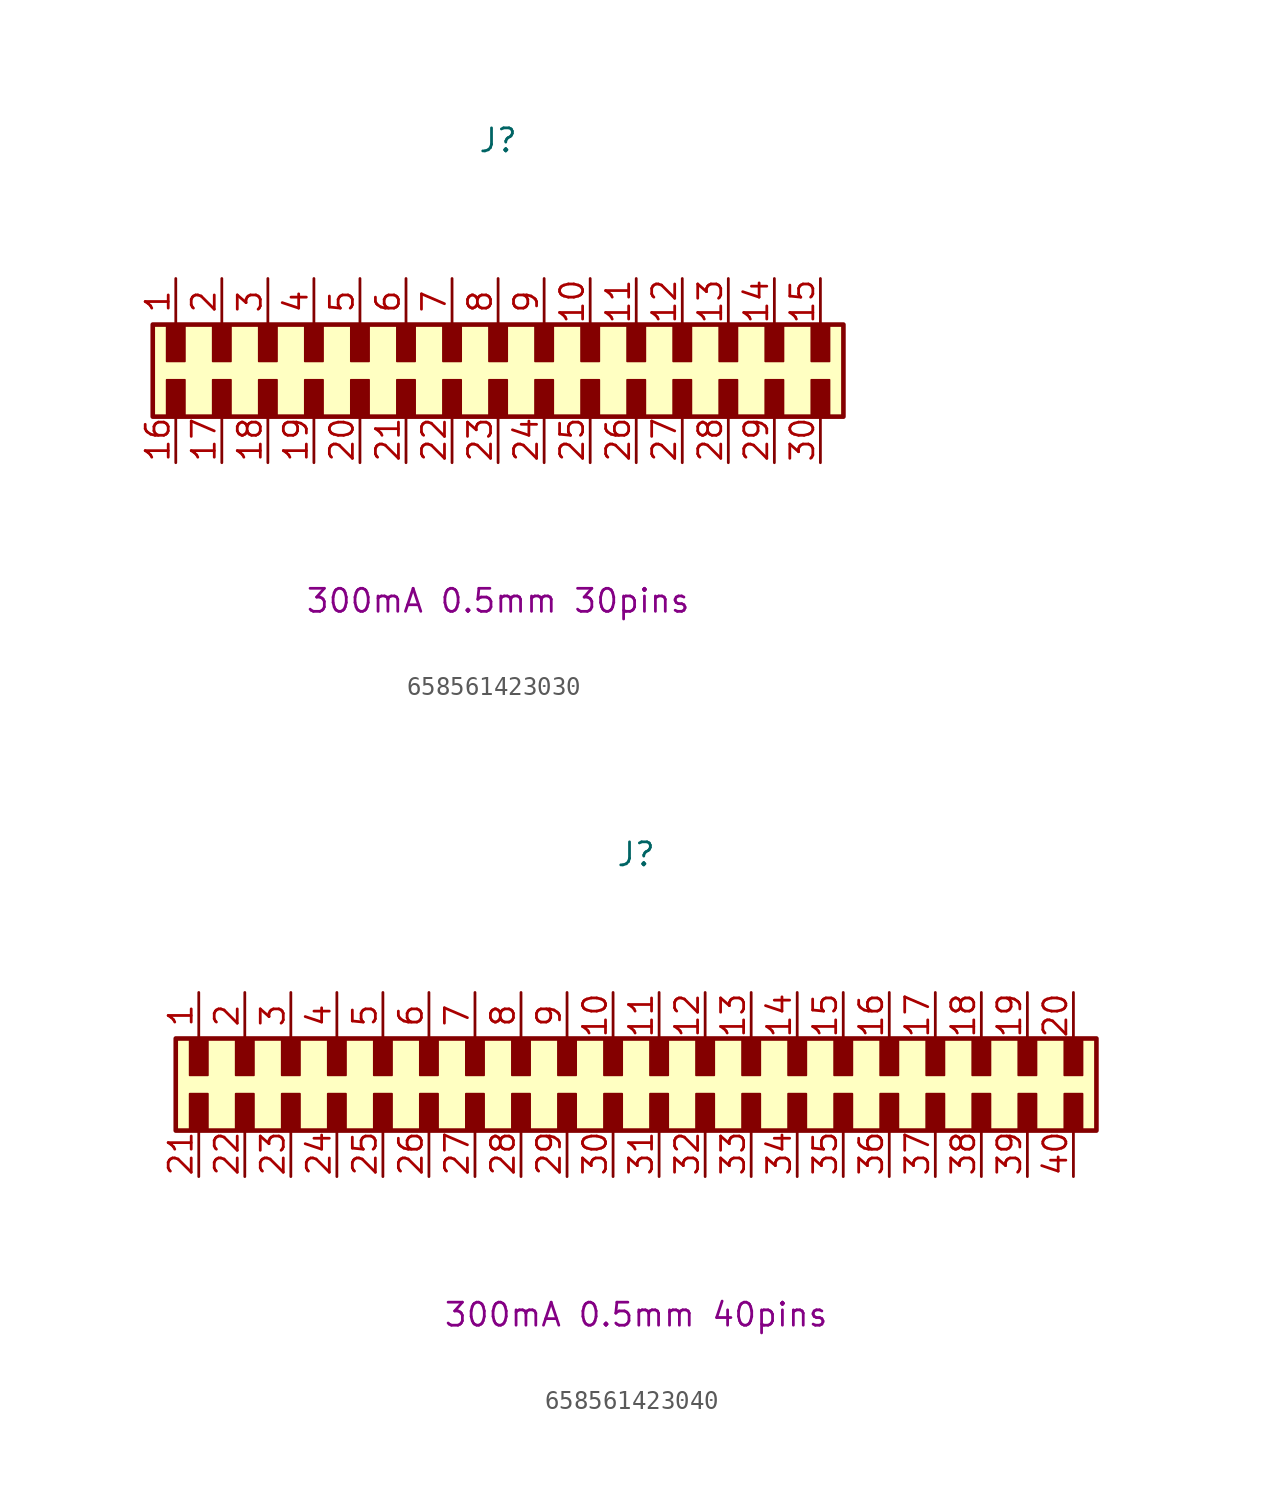
<source format=kicad_sym>
(kicad_symbol_lib
  (version 20241209)
  (generator "kicad_symbol_editor")
  (generator_version "9.0")
  (symbol "658561423030"
    (pin_names
      (hide yes))
    (property "Reference" "J"
      (at 0 12.7 0)
      (effects (font (size 1.27 1.27))))
    (property "Critical Parameter" "300mA 0.5mm 30pins"
      (at 0 -12.7 0)
      (effects (font (size 1.27 1.27))))
    (symbol "658561423030_0_1"
      (rectangle (start -19.05 2.54) (end 19.05 -2.54) (stroke (width 0.254) (type default)) (fill (type background)))
      (rectangle (start -18.28 0.508) (end -17.28 2.54) (stroke (width 0.1) (type default)) (fill (type outline)))
      (rectangle (start -18.28 -0.508) (end -17.28 -2.54) (stroke (width 0.1) (type default)) (fill (type outline)))
      (rectangle (start -15.74 0.508) (end -14.74 2.54) (stroke (width 0.1) (type default)) (fill (type outline)))
      (rectangle (start -15.74 -0.508) (end -14.74 -2.54) (stroke (width 0.1) (type default)) (fill (type outline)))
      (rectangle (start -13.2 0.508) (end -12.2 2.54) (stroke (width 0.1) (type default)) (fill (type outline)))
      (rectangle (start -13.2 -0.508) (end -12.2 -2.54) (stroke (width 0.1) (type default)) (fill (type outline)))
      (rectangle (start -10.66 0.508) (end -9.66 2.54) (stroke (width 0.1) (type default)) (fill (type outline)))
      (rectangle (start -10.66 -0.508) (end -9.66 -2.54) (stroke (width 0.1) (type default)) (fill (type outline)))
      (rectangle (start -8.12 0.508) (end -7.12 2.54) (stroke (width 0.1) (type default)) (fill (type outline)))
      (rectangle (start -8.12 -0.508) (end -7.12 -2.54) (stroke (width 0.1) (type default)) (fill (type outline)))
      (rectangle (start -5.58 0.508) (end -4.58 2.54) (stroke (width 0.1) (type default)) (fill (type outline)))
      (rectangle (start -5.58 -0.508) (end -4.58 -2.54) (stroke (width 0.1) (type default)) (fill (type outline)))
      (rectangle (start -3.04 0.508) (end -2.04 2.54) (stroke (width 0.1) (type default)) (fill (type outline)))
      (rectangle (start -3.04 -0.508) (end -2.04 -2.54) (stroke (width 0.1) (type default)) (fill (type outline)))
      (rectangle (start -0.5 0.508) (end 0.5 2.54) (stroke (width 0.1) (type default)) (fill (type outline)))
      (rectangle (start -0.5 -0.508) (end 0.5 -2.54) (stroke (width 0.1) (type default)) (fill (type outline)))
      (rectangle (start 2.04 0.508) (end 3.04 2.54) (stroke (width 0.1) (type default)) (fill (type outline)))
      (rectangle (start 2.04 -0.508) (end 3.04 -2.54) (stroke (width 0.1) (type default)) (fill (type outline)))
      (rectangle (start 4.58 0.508) (end 5.58 2.54) (stroke (width 0.1) (type default)) (fill (type outline)))
      (rectangle (start 4.58 -0.508) (end 5.58 -2.54) (stroke (width 0.1) (type default)) (fill (type outline)))
      (rectangle (start 7.12 0.508) (end 8.12 2.54) (stroke (width 0.1) (type default)) (fill (type outline)))
      (rectangle (start 7.12 -0.508) (end 8.12 -2.54) (stroke (width 0.1) (type default)) (fill (type outline)))
      (rectangle (start 9.66 0.508) (end 10.66 2.54) (stroke (width 0.1) (type default)) (fill (type outline)))
      (rectangle (start 9.66 -0.508) (end 10.66 -2.54) (stroke (width 0.1) (type default)) (fill (type outline)))
      (rectangle (start 12.2 0.508) (end 13.2 2.54) (stroke (width 0.1) (type default)) (fill (type outline)))
      (rectangle (start 12.2 -0.508) (end 13.2 -2.54) (stroke (width 0.1) (type default)) (fill (type outline)))
      (rectangle (start 14.74 0.508) (end 15.74 2.54) (stroke (width 0.1) (type default)) (fill (type outline)))
      (rectangle (start 14.74 -0.508) (end 15.74 -2.54) (stroke (width 0.1) (type default)) (fill (type outline)))
      (rectangle (start 17.28 0.508) (end 18.28 2.54) (stroke (width 0.1) (type default)) (fill (type outline)))
      (rectangle (start 17.28 -0.508) (end 18.28 -2.54) (stroke (width 0.1) (type default)) (fill (type outline))))
    (symbol "658561423030_1_1"
      (pin passive line (at -17.78 5.08 270) (length 2.54) (name "1" (effects (font (size 1.27 1.27)))) (number "1" (effects (font (size 1.27 1.27)))))
      (pin passive line (at -17.78 -5.08 90) (length 2.54) (name "16" (effects (font (size 1.27 1.27)))) (number "16" (effects (font (size 1.27 1.27)))))
      (pin passive line (at -15.24 5.08 270) (length 2.54) (name "2" (effects (font (size 1.27 1.27)))) (number "2" (effects (font (size 1.27 1.27)))))
      (pin passive line (at -15.24 -5.08 90) (length 2.54) (name "17" (effects (font (size 1.27 1.27)))) (number "17" (effects (font (size 1.27 1.27)))))
      (pin passive line (at -12.7 5.08 270) (length 2.54) (name "3" (effects (font (size 1.27 1.27)))) (number "3" (effects (font (size 1.27 1.27)))))
      (pin passive line (at -12.7 -5.08 90) (length 2.54) (name "18" (effects (font (size 1.27 1.27)))) (number "18" (effects (font (size 1.27 1.27)))))
      (pin passive line (at -10.16 5.08 270) (length 2.54) (name "4" (effects (font (size 1.27 1.27)))) (number "4" (effects (font (size 1.27 1.27)))))
      (pin passive line (at -10.16 -5.08 90) (length 2.54) (name "19" (effects (font (size 1.27 1.27)))) (number "19" (effects (font (size 1.27 1.27)))))
      (pin passive line (at -7.62 5.08 270) (length 2.54) (name "5" (effects (font (size 1.27 1.27)))) (number "5" (effects (font (size 1.27 1.27)))))
      (pin passive line (at -7.62 -5.08 90) (length 2.54) (name "20" (effects (font (size 1.27 1.27)))) (number "20" (effects (font (size 1.27 1.27)))))
      (pin passive line (at -5.08 5.08 270) (length 2.54) (name "6" (effects (font (size 1.27 1.27)))) (number "6" (effects (font (size 1.27 1.27)))))
      (pin passive line (at -5.08 -5.08 90) (length 2.54) (name "21" (effects (font (size 1.27 1.27)))) (number "21" (effects (font (size 1.27 1.27)))))
      (pin passive line (at -2.54 5.08 270) (length 2.54) (name "7" (effects (font (size 1.27 1.27)))) (number "7" (effects (font (size 1.27 1.27)))))
      (pin passive line (at -2.54 -5.08 90) (length 2.54) (name "22" (effects (font (size 1.27 1.27)))) (number "22" (effects (font (size 1.27 1.27)))))
      (pin passive line (at 0 5.08 270) (length 2.54) (name "8" (effects (font (size 1.27 1.27)))) (number "8" (effects (font (size 1.27 1.27)))))
      (pin passive line (at 0 -5.08 90) (length 2.54) (name "23" (effects (font (size 1.27 1.27)))) (number "23" (effects (font (size 1.27 1.27)))))
      (pin passive line (at 2.54 5.08 270) (length 2.54) (name "9" (effects (font (size 1.27 1.27)))) (number "9" (effects (font (size 1.27 1.27)))))
      (pin passive line (at 2.54 -5.08 90) (length 2.54) (name "24" (effects (font (size 1.27 1.27)))) (number "24" (effects (font (size 1.27 1.27)))))
      (pin passive line (at 5.08 5.08 270) (length 2.54) (name "10" (effects (font (size 1.27 1.27)))) (number "10" (effects (font (size 1.27 1.27)))))
      (pin passive line (at 5.08 -5.08 90) (length 2.54) (name "25" (effects (font (size 1.27 1.27)))) (number "25" (effects (font (size 1.27 1.27)))))
      (pin passive line (at 7.62 5.08 270) (length 2.54) (name "11" (effects (font (size 1.27 1.27)))) (number "11" (effects (font (size 1.27 1.27)))))
      (pin passive line (at 7.62 -5.08 90) (length 2.54) (name "26" (effects (font (size 1.27 1.27)))) (number "26" (effects (font (size 1.27 1.27)))))
      (pin passive line (at 10.16 5.08 270) (length 2.54) (name "12" (effects (font (size 1.27 1.27)))) (number "12" (effects (font (size 1.27 1.27)))))
      (pin passive line (at 10.16 -5.08 90) (length 2.54) (name "27" (effects (font (size 1.27 1.27)))) (number "27" (effects (font (size 1.27 1.27)))))
      (pin passive line (at 12.7 5.08 270) (length 2.54) (name "13" (effects (font (size 1.27 1.27)))) (number "13" (effects (font (size 1.27 1.27)))))
      (pin passive line (at 12.7 -5.08 90) (length 2.54) (name "28" (effects (font (size 1.27 1.27)))) (number "28" (effects (font (size 1.27 1.27)))))
      (pin passive line (at 15.24 5.08 270) (length 2.54) (name "14" (effects (font (size 1.27 1.27)))) (number "14" (effects (font (size 1.27 1.27)))))
      (pin passive line (at 15.24 -5.08 90) (length 2.54) (name "29" (effects (font (size 1.27 1.27)))) (number "29" (effects (font (size 1.27 1.27)))))
      (pin passive line (at 17.78 5.08 270) (length 2.54) (name "15" (effects (font (size 1.27 1.27)))) (number "15" (effects (font (size 1.27 1.27)))))
      (pin passive line (at 17.78 -5.08 90) (length 2.54) (name "30" (effects (font (size 1.27 1.27)))) (number "30" (effects (font (size 1.27 1.27)))))))
  (symbol "658561423040"
    (pin_names
      (hide yes))
    (property "Reference" "J"
      (at 0 12.7 0)
      (effects (font (size 1.27 1.27))))
    (property "Critical Parameter" "300mA 0.5mm 40pins"
      (at 0 -12.7 0)
      (effects (font (size 1.27 1.27))))
    (symbol "658561423040_0_1"
      (rectangle (start -25.4 2.54) (end 25.4 -2.54) (stroke (width 0.254) (type default)) (fill (type background)))
      (rectangle (start -24.63 0.508) (end -23.63 2.54) (stroke (width 0.1) (type default)) (fill (type outline)))
      (rectangle (start -24.63 -0.508) (end -23.63 -2.54) (stroke (width 0.1) (type default)) (fill (type outline)))
      (rectangle (start -22.09 0.508) (end -21.09 2.54) (stroke (width 0.1) (type default)) (fill (type outline)))
      (rectangle (start -22.09 -0.508) (end -21.09 -2.54) (stroke (width 0.1) (type default)) (fill (type outline)))
      (rectangle (start -19.55 0.508) (end -18.55 2.54) (stroke (width 0.1) (type default)) (fill (type outline)))
      (rectangle (start -19.55 -0.508) (end -18.55 -2.54) (stroke (width 0.1) (type default)) (fill (type outline)))
      (rectangle (start -17.01 0.508) (end -16.01 2.54) (stroke (width 0.1) (type default)) (fill (type outline)))
      (rectangle (start -17.01 -0.508) (end -16.01 -2.54) (stroke (width 0.1) (type default)) (fill (type outline)))
      (rectangle (start -14.47 0.508) (end -13.47 2.54) (stroke (width 0.1) (type default)) (fill (type outline)))
      (rectangle (start -14.47 -0.508) (end -13.47 -2.54) (stroke (width 0.1) (type default)) (fill (type outline)))
      (rectangle (start -11.93 0.508) (end -10.93 2.54) (stroke (width 0.1) (type default)) (fill (type outline)))
      (rectangle (start -11.93 -0.508) (end -10.93 -2.54) (stroke (width 0.1) (type default)) (fill (type outline)))
      (rectangle (start -9.39 0.508) (end -8.39 2.54) (stroke (width 0.1) (type default)) (fill (type outline)))
      (rectangle (start -9.39 -0.508) (end -8.39 -2.54) (stroke (width 0.1) (type default)) (fill (type outline)))
      (rectangle (start -6.85 0.508) (end -5.85 2.54) (stroke (width 0.1) (type default)) (fill (type outline)))
      (rectangle (start -6.85 -0.508) (end -5.85 -2.54) (stroke (width 0.1) (type default)) (fill (type outline)))
      (rectangle (start -4.31 0.508) (end -3.31 2.54) (stroke (width 0.1) (type default)) (fill (type outline)))
      (rectangle (start -4.31 -0.508) (end -3.31 -2.54) (stroke (width 0.1) (type default)) (fill (type outline)))
      (rectangle (start -1.77 0.508) (end -0.77 2.54) (stroke (width 0.1) (type default)) (fill (type outline)))
      (rectangle (start -1.77 -0.508) (end -0.77 -2.54) (stroke (width 0.1) (type default)) (fill (type outline)))
      (rectangle (start 0.77 0.508) (end 1.77 2.54) (stroke (width 0.1) (type default)) (fill (type outline)))
      (rectangle (start 0.77 -0.508) (end 1.77 -2.54) (stroke (width 0.1) (type default)) (fill (type outline)))
      (rectangle (start 3.31 0.508) (end 4.31 2.54) (stroke (width 0.1) (type default)) (fill (type outline)))
      (rectangle (start 3.31 -0.508) (end 4.31 -2.54) (stroke (width 0.1) (type default)) (fill (type outline)))
      (rectangle (start 5.85 0.508) (end 6.85 2.54) (stroke (width 0.1) (type default)) (fill (type outline)))
      (rectangle (start 5.85 -0.508) (end 6.85 -2.54) (stroke (width 0.1) (type default)) (fill (type outline)))
      (rectangle (start 8.39 0.508) (end 9.39 2.54) (stroke (width 0.1) (type default)) (fill (type outline)))
      (rectangle (start 8.39 -0.508) (end 9.39 -2.54) (stroke (width 0.1) (type default)) (fill (type outline)))
      (rectangle (start 10.93 0.508) (end 11.93 2.54) (stroke (width 0.1) (type default)) (fill (type outline)))
      (rectangle (start 10.93 -0.508) (end 11.93 -2.54) (stroke (width 0.1) (type default)) (fill (type outline)))
      (rectangle (start 13.47 0.508) (end 14.47 2.54) (stroke (width 0.1) (type default)) (fill (type outline)))
      (rectangle (start 13.47 -0.508) (end 14.47 -2.54) (stroke (width 0.1) (type default)) (fill (type outline)))
      (rectangle (start 16.01 0.508) (end 17.01 2.54) (stroke (width 0.1) (type default)) (fill (type outline)))
      (rectangle (start 16.01 -0.508) (end 17.01 -2.54) (stroke (width 0.1) (type default)) (fill (type outline)))
      (rectangle (start 18.55 0.508) (end 19.55 2.54) (stroke (width 0.1) (type default)) (fill (type outline)))
      (rectangle (start 18.55 -0.508) (end 19.55 -2.54) (stroke (width 0.1) (type default)) (fill (type outline)))
      (rectangle (start 21.09 0.508) (end 22.09 2.54) (stroke (width 0.1) (type default)) (fill (type outline)))
      (rectangle (start 21.09 -0.508) (end 22.09 -2.54) (stroke (width 0.1) (type default)) (fill (type outline)))
      (rectangle (start 23.63 0.508) (end 24.63 2.54) (stroke (width 0.1) (type default)) (fill (type outline)))
      (rectangle (start 23.63 -0.508) (end 24.63 -2.54) (stroke (width 0.1) (type default)) (fill (type outline))))
    (symbol "658561423040_1_1"
      (pin passive line (at -24.13 5.08 270) (length 2.54) (name "1" (effects (font (size 1.27 1.27)))) (number "1" (effects (font (size 1.27 1.27)))))
      (pin passive line (at -24.13 -5.08 90) (length 2.54) (name "21" (effects (font (size 1.27 1.27)))) (number "21" (effects (font (size 1.27 1.27)))))
      (pin passive line (at -21.59 5.08 270) (length 2.54) (name "2" (effects (font (size 1.27 1.27)))) (number "2" (effects (font (size 1.27 1.27)))))
      (pin passive line (at -21.59 -5.08 90) (length 2.54) (name "22" (effects (font (size 1.27 1.27)))) (number "22" (effects (font (size 1.27 1.27)))))
      (pin passive line (at -19.05 5.08 270) (length 2.54) (name "3" (effects (font (size 1.27 1.27)))) (number "3" (effects (font (size 1.27 1.27)))))
      (pin passive line (at -19.05 -5.08 90) (length 2.54) (name "23" (effects (font (size 1.27 1.27)))) (number "23" (effects (font (size 1.27 1.27)))))
      (pin passive line (at -16.51 5.08 270) (length 2.54) (name "4" (effects (font (size 1.27 1.27)))) (number "4" (effects (font (size 1.27 1.27)))))
      (pin passive line (at -16.51 -5.08 90) (length 2.54) (name "24" (effects (font (size 1.27 1.27)))) (number "24" (effects (font (size 1.27 1.27)))))
      (pin passive line (at -13.97 5.08 270) (length 2.54) (name "5" (effects (font (size 1.27 1.27)))) (number "5" (effects (font (size 1.27 1.27)))))
      (pin passive line (at -13.97 -5.08 90) (length 2.54) (name "25" (effects (font (size 1.27 1.27)))) (number "25" (effects (font (size 1.27 1.27)))))
      (pin passive line (at -11.43 5.08 270) (length 2.54) (name "6" (effects (font (size 1.27 1.27)))) (number "6" (effects (font (size 1.27 1.27)))))
      (pin passive line (at -11.43 -5.08 90) (length 2.54) (name "26" (effects (font (size 1.27 1.27)))) (number "26" (effects (font (size 1.27 1.27)))))
      (pin passive line (at -8.89 5.08 270) (length 2.54) (name "7" (effects (font (size 1.27 1.27)))) (number "7" (effects (font (size 1.27 1.27)))))
      (pin passive line (at -8.89 -5.08 90) (length 2.54) (name "27" (effects (font (size 1.27 1.27)))) (number "27" (effects (font (size 1.27 1.27)))))
      (pin passive line (at -6.35 5.08 270) (length 2.54) (name "8" (effects (font (size 1.27 1.27)))) (number "8" (effects (font (size 1.27 1.27)))))
      (pin passive line (at -6.35 -5.08 90) (length 2.54) (name "28" (effects (font (size 1.27 1.27)))) (number "28" (effects (font (size 1.27 1.27)))))
      (pin passive line (at -3.81 5.08 270) (length 2.54) (name "9" (effects (font (size 1.27 1.27)))) (number "9" (effects (font (size 1.27 1.27)))))
      (pin passive line (at -3.81 -5.08 90) (length 2.54) (name "29" (effects (font (size 1.27 1.27)))) (number "29" (effects (font (size 1.27 1.27)))))
      (pin passive line (at -1.27 5.08 270) (length 2.54) (name "10" (effects (font (size 1.27 1.27)))) (number "10" (effects (font (size 1.27 1.27)))))
      (pin passive line (at -1.27 -5.08 90) (length 2.54) (name "30" (effects (font (size 1.27 1.27)))) (number "30" (effects (font (size 1.27 1.27)))))
      (pin passive line (at 1.27 5.08 270) (length 2.54) (name "11" (effects (font (size 1.27 1.27)))) (number "11" (effects (font (size 1.27 1.27)))))
      (pin passive line (at 1.27 -5.08 90) (length 2.54) (name "31" (effects (font (size 1.27 1.27)))) (number "31" (effects (font (size 1.27 1.27)))))
      (pin passive line (at 3.81 5.08 270) (length 2.54) (name "12" (effects (font (size 1.27 1.27)))) (number "12" (effects (font (size 1.27 1.27)))))
      (pin passive line (at 3.81 -5.08 90) (length 2.54) (name "32" (effects (font (size 1.27 1.27)))) (number "32" (effects (font (size 1.27 1.27)))))
      (pin passive line (at 6.35 5.08 270) (length 2.54) (name "13" (effects (font (size 1.27 1.27)))) (number "13" (effects (font (size 1.27 1.27)))))
      (pin passive line (at 6.35 -5.08 90) (length 2.54) (name "33" (effects (font (size 1.27 1.27)))) (number "33" (effects (font (size 1.27 1.27)))))
      (pin passive line (at 8.89 5.08 270) (length 2.54) (name "14" (effects (font (size 1.27 1.27)))) (number "14" (effects (font (size 1.27 1.27)))))
      (pin passive line (at 8.89 -5.08 90) (length 2.54) (name "34" (effects (font (size 1.27 1.27)))) (number "34" (effects (font (size 1.27 1.27)))))
      (pin passive line (at 11.43 5.08 270) (length 2.54) (name "15" (effects (font (size 1.27 1.27)))) (number "15" (effects (font (size 1.27 1.27)))))
      (pin passive line (at 11.43 -5.08 90) (length 2.54) (name "35" (effects (font (size 1.27 1.27)))) (number "35" (effects (font (size 1.27 1.27)))))
      (pin passive line (at 13.97 5.08 270) (length 2.54) (name "16" (effects (font (size 1.27 1.27)))) (number "16" (effects (font (size 1.27 1.27)))))
      (pin passive line (at 13.97 -5.08 90) (length 2.54) (name "36" (effects (font (size 1.27 1.27)))) (number "36" (effects (font (size 1.27 1.27)))))
      (pin passive line (at 16.51 5.08 270) (length 2.54) (name "17" (effects (font (size 1.27 1.27)))) (number "17" (effects (font (size 1.27 1.27)))))
      (pin passive line (at 16.51 -5.08 90) (length 2.54) (name "37" (effects (font (size 1.27 1.27)))) (number "37" (effects (font (size 1.27 1.27)))))
      (pin passive line (at 19.05 5.08 270) (length 2.54) (name "18" (effects (font (size 1.27 1.27)))) (number "18" (effects (font (size 1.27 1.27)))))
      (pin passive line (at 19.05 -5.08 90) (length 2.54) (name "38" (effects (font (size 1.27 1.27)))) (number "38" (effects (font (size 1.27 1.27)))))
      (pin passive line (at 21.59 5.08 270) (length 2.54) (name "19" (effects (font (size 1.27 1.27)))) (number "19" (effects (font (size 1.27 1.27)))))
      (pin passive line (at 21.59 -5.08 90) (length 2.54) (name "39" (effects (font (size 1.27 1.27)))) (number "39" (effects (font (size 1.27 1.27)))))
      (pin passive line (at 24.13 5.08 270) (length 2.54) (name "20" (effects (font (size 1.27 1.27)))) (number "20" (effects (font (size 1.27 1.27)))))
      (pin passive line (at 24.13 -5.08 90) (length 2.54) (name "40" (effects (font (size 1.27 1.27)))) (number "40" (effects (font (size 1.27 1.27))))))))
</source>
